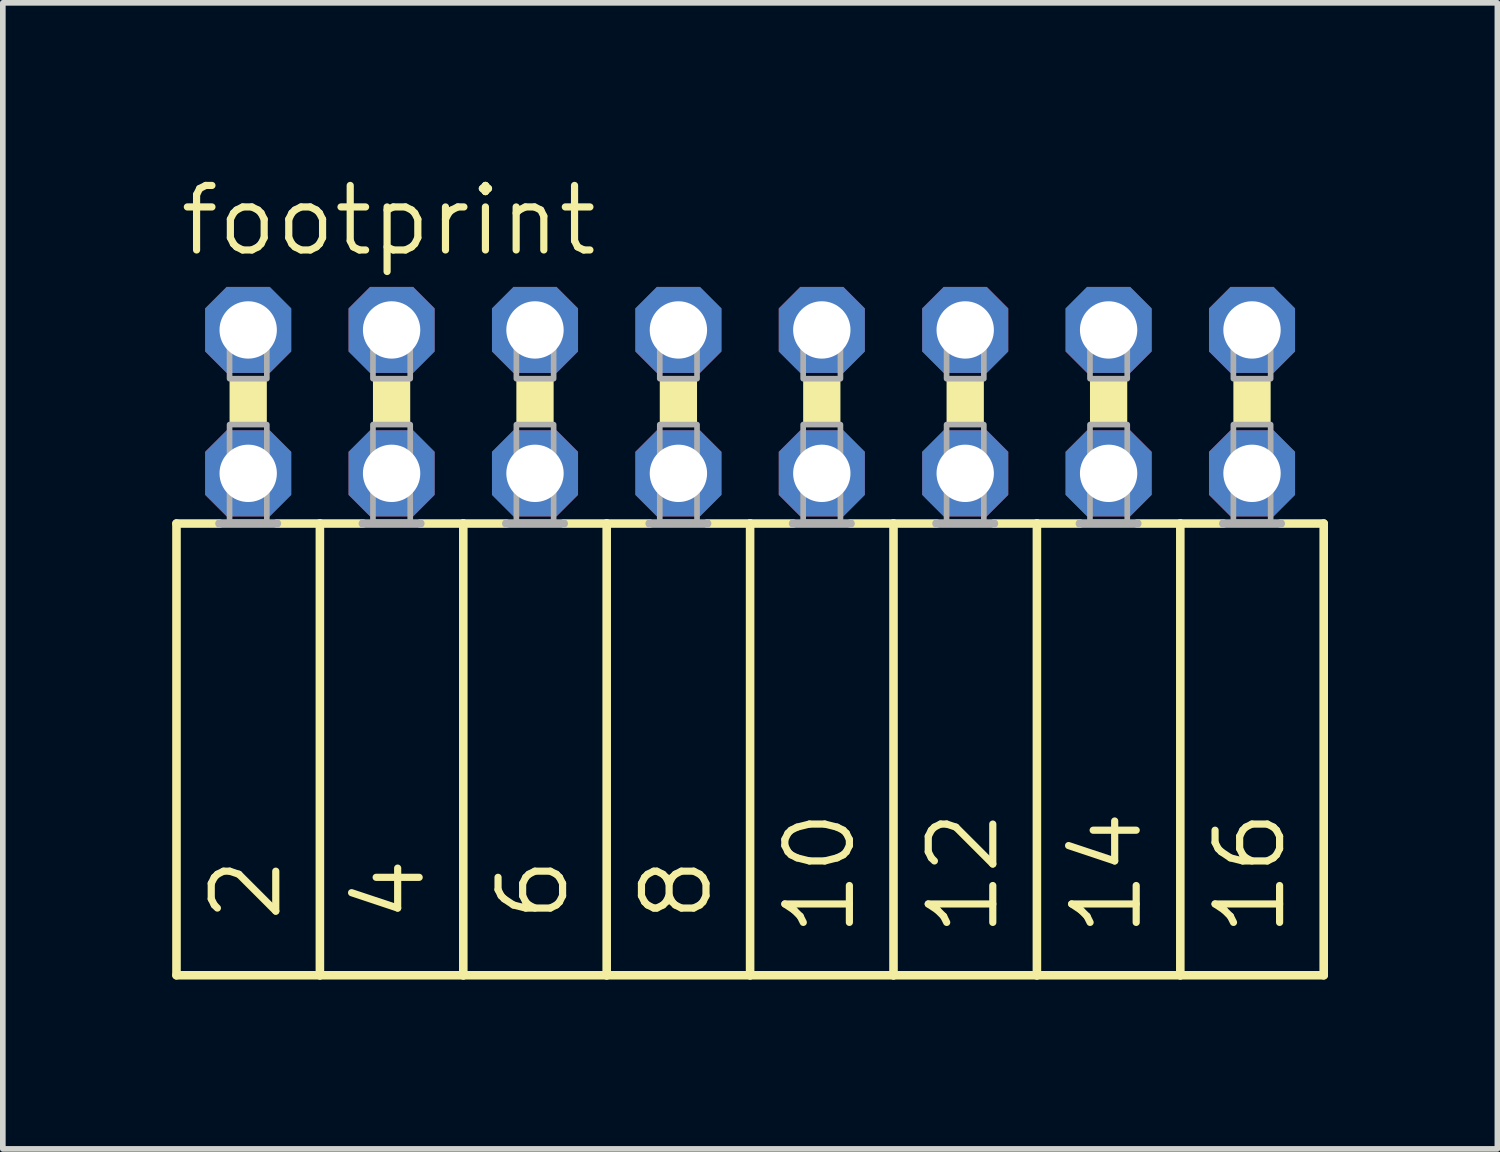
<source format=kicad_pcb>
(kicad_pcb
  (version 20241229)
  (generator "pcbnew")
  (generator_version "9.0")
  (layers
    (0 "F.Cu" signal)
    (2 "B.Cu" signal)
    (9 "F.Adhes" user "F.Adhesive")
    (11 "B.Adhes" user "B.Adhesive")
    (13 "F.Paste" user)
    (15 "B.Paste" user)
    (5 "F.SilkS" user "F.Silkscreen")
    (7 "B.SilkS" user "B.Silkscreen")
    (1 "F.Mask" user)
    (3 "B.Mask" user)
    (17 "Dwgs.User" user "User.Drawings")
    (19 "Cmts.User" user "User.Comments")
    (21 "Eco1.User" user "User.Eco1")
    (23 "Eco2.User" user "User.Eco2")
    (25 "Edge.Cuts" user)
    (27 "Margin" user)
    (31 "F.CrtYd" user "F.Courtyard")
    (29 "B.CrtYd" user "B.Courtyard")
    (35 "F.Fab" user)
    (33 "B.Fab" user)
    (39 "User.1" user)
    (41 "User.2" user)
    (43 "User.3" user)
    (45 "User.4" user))
  (footprint "footprint"
    (layer "F.Cu")
    (at 10.236 4.064)
    (property "Reference" "footprint" (at -10.16 -2.54 0) (layer "F.SilkS") (effects (font (size 1.143 1.143) (thickness 0.127)) (justify left bottom)))
    (fp_line (start -10.16 2.159) (end -10.16 10.16) (stroke (width 0.152) (type solid)) (layer "F.SilkS"))
    (fp_line (start -10.16 2.159) (end -9.398 2.159) (stroke (width 0.152) (type solid)) (layer "F.SilkS"))
    (fp_line (start -8.382 2.159) (end -7.62 2.159) (stroke (width 0.152) (type solid)) (layer "F.SilkS"))
    (fp_line (start -7.62 2.159) (end -7.62 10.16) (stroke (width 0.152) (type solid)) (layer "F.SilkS"))
    (fp_line (start -7.62 2.159) (end -6.858 2.159) (stroke (width 0.152) (type solid)) (layer "F.SilkS"))
    (fp_line (start -7.62 10.16) (end -10.16 10.16) (stroke (width 0.152) (type solid)) (layer "F.SilkS"))
    (fp_line (start -5.842 2.159) (end -5.08 2.159) (stroke (width 0.152) (type solid)) (layer "F.SilkS"))
    (fp_line (start -5.08 2.159) (end -5.08 10.16) (stroke (width 0.152) (type solid)) (layer "F.SilkS"))
    (fp_line (start -5.08 2.159) (end -4.318 2.159) (stroke (width 0.152) (type solid)) (layer "F.SilkS"))
    (fp_line (start -5.08 10.16) (end -7.62 10.16) (stroke (width 0.152) (type solid)) (layer "F.SilkS"))
    (fp_line (start -3.302 2.159) (end -2.54 2.159) (stroke (width 0.152) (type solid)) (layer "F.SilkS"))
    (fp_line (start -2.54 2.159) (end -2.54 10.16) (stroke (width 0.152) (type solid)) (layer "F.SilkS"))
    (fp_line (start -2.54 10.16) (end -5.08 10.16) (stroke (width 0.152) (type solid)) (layer "F.SilkS"))
    (fp_line (start -1.778 2.159) (end -2.54 2.159) (stroke (width 0.152) (type solid)) (layer "F.SilkS"))
    (fp_line (start 0 2.159) (end -0.762 2.159) (stroke (width 0.152) (type solid)) (layer "F.SilkS"))
    (fp_line (start 0 2.159) (end 0 10.16) (stroke (width 0.152) (type solid)) (layer "F.SilkS"))
    (fp_line (start 0 2.159) (end 0.762 2.159) (stroke (width 0.152) (type solid)) (layer "F.SilkS"))
    (fp_line (start 0 10.16) (end -2.54 10.16) (stroke (width 0.152) (type solid)) (layer "F.SilkS"))
    (fp_line (start 1.778 2.159) (end 2.54 2.159) (stroke (width 0.152) (type solid)) (layer "F.SilkS"))
    (fp_line (start 2.54 2.159) (end 2.54 10.16) (stroke (width 0.152) (type solid)) (layer "F.SilkS"))
    (fp_line (start 2.54 2.159) (end 3.302 2.159) (stroke (width 0.152) (type solid)) (layer "F.SilkS"))
    (fp_line (start 2.54 10.16) (end 0 10.16) (stroke (width 0.152) (type solid)) (layer "F.SilkS"))
    (fp_line (start 4.318 2.159) (end 5.08 2.159) (stroke (width 0.152) (type solid)) (layer "F.SilkS"))
    (fp_line (start 5.08 2.159) (end 5.08 10.16) (stroke (width 0.152) (type solid)) (layer "F.SilkS"))
    (fp_line (start 5.08 2.159) (end 5.842 2.159) (stroke (width 0.152) (type solid)) (layer "F.SilkS"))
    (fp_line (start 5.08 10.16) (end 2.54 10.16) (stroke (width 0.152) (type solid)) (layer "F.SilkS"))
    (fp_line (start 6.858 2.159) (end 7.62 2.159) (stroke (width 0.152) (type solid)) (layer "F.SilkS"))
    (fp_line (start 7.62 2.159) (end 7.62 10.16) (stroke (width 0.152) (type solid)) (layer "F.SilkS"))
    (fp_line (start 7.62 2.159) (end 8.382 2.159) (stroke (width 0.152) (type solid)) (layer "F.SilkS"))
    (fp_line (start 7.62 10.16) (end 5.08 10.16) (stroke (width 0.152) (type solid)) (layer "F.SilkS"))
    (fp_line (start 9.398 2.159) (end 10.16 2.159) (stroke (width 0.152) (type solid)) (layer "F.SilkS"))
    (fp_line (start 10.16 2.159) (end 10.16 10.16) (stroke (width 0.152) (type solid)) (layer "F.SilkS"))
    (fp_line (start 10.16 10.16) (end 7.62 10.16) (stroke (width 0.152) (type solid)) (layer "F.SilkS"))
    (fp_poly (pts (xy -9.22 0.406) (xy -8.56 0.406) (xy -8.56 -0.406) (xy -9.22 -0.406)) (stroke (width 0) (type solid)) (fill yes) (layer "F.SilkS"))
    (fp_poly (pts (xy -6.68 0.406) (xy -6.02 0.406) (xy -6.02 -0.406) (xy -6.68 -0.406)) (stroke (width 0) (type solid)) (fill yes) (layer "F.SilkS"))
    (fp_poly (pts (xy -4.14 0.406) (xy -3.48 0.406) (xy -3.48 -0.406) (xy -4.14 -0.406)) (stroke (width 0) (type solid)) (fill yes) (layer "F.SilkS"))
    (fp_poly (pts (xy -1.6 0.406) (xy -0.94 0.406) (xy -0.94 -0.406) (xy -1.6 -0.406)) (stroke (width 0) (type solid)) (fill yes) (layer "F.SilkS"))
    (fp_poly (pts (xy 0.94 0.406) (xy 1.6 0.406) (xy 1.6 -0.406) (xy 0.94 -0.406)) (stroke (width 0) (type solid)) (fill yes) (layer "F.SilkS"))
    (fp_poly (pts (xy 3.48 0.406) (xy 4.14 0.406) (xy 4.14 -0.406) (xy 3.48 -0.406)) (stroke (width 0) (type solid)) (fill yes) (layer "F.SilkS"))
    (fp_poly (pts (xy 6.02 0.406) (xy 6.68 0.406) (xy 6.68 -0.406) (xy 6.02 -0.406)) (stroke (width 0) (type solid)) (fill yes) (layer "F.SilkS"))
    (fp_poly (pts (xy 8.56 0.406) (xy 9.22 0.406) (xy 9.22 -0.406) (xy 8.56 -0.406)) (stroke (width 0) (type solid)) (fill yes) (layer "F.SilkS"))
    (fp_line (start -9.398 2.159) (end -8.382 2.159) (stroke (width 0.152) (type solid)) (layer "F.Fab"))
    (fp_line (start -6.858 2.159) (end -5.842 2.159) (stroke (width 0.152) (type solid)) (layer "F.Fab"))
    (fp_line (start -4.318 2.159) (end -3.302 2.159) (stroke (width 0.152) (type solid)) (layer "F.Fab"))
    (fp_line (start -0.762 2.159) (end -1.778 2.159) (stroke (width 0.152) (type solid)) (layer "F.Fab"))
    (fp_line (start 0.762 2.159) (end 1.778 2.159) (stroke (width 0.152) (type solid)) (layer "F.Fab"))
    (fp_line (start 3.302 2.159) (end 4.318 2.159) (stroke (width 0.152) (type solid)) (layer "F.Fab"))
    (fp_line (start 5.842 2.159) (end 6.858 2.159) (stroke (width 0.152) (type solid)) (layer "F.Fab"))
    (fp_line (start 8.382 2.159) (end 9.398 2.159) (stroke (width 0.152) (type solid)) (layer "F.Fab"))
    (fp_poly (pts (xy -9.22 -0.406) (xy -8.56 -0.406) (xy -8.56 -1.575) (xy -9.22 -1.575)) (stroke (width 0.1) (type solid)) (fill no) (layer "F.Fab"))
    (fp_poly (pts (xy -9.22 2.134) (xy -8.56 2.134) (xy -8.56 0.406) (xy -9.22 0.406)) (stroke (width 0.1) (type solid)) (fill no) (layer "F.Fab"))
    (fp_poly (pts (xy -6.68 -0.406) (xy -6.02 -0.406) (xy -6.02 -1.575) (xy -6.68 -1.575)) (stroke (width 0.1) (type solid)) (fill no) (layer "F.Fab"))
    (fp_poly (pts (xy -6.68 2.134) (xy -6.02 2.134) (xy -6.02 0.406) (xy -6.68 0.406)) (stroke (width 0.1) (type solid)) (fill no) (layer "F.Fab"))
    (fp_poly (pts (xy -4.14 -0.406) (xy -3.48 -0.406) (xy -3.48 -1.575) (xy -4.14 -1.575)) (stroke (width 0.1) (type solid)) (fill no) (layer "F.Fab"))
    (fp_poly (pts (xy -4.14 2.134) (xy -3.48 2.134) (xy -3.48 0.406) (xy -4.14 0.406)) (stroke (width 0.1) (type solid)) (fill no) (layer "F.Fab"))
    (fp_poly (pts (xy -1.6 -0.406) (xy -0.94 -0.406) (xy -0.94 -1.575) (xy -1.6 -1.575)) (stroke (width 0.1) (type solid)) (fill no) (layer "F.Fab"))
    (fp_poly (pts (xy -1.6 2.134) (xy -0.94 2.134) (xy -0.94 0.406) (xy -1.6 0.406)) (stroke (width 0.1) (type solid)) (fill no) (layer "F.Fab"))
    (fp_poly (pts (xy 0.94 -0.406) (xy 1.6 -0.406) (xy 1.6 -1.575) (xy 0.94 -1.575)) (stroke (width 0.1) (type solid)) (fill no) (layer "F.Fab"))
    (fp_poly (pts (xy 0.94 2.134) (xy 1.6 2.134) (xy 1.6 0.406) (xy 0.94 0.406)) (stroke (width 0.1) (type solid)) (fill no) (layer "F.Fab"))
    (fp_poly (pts (xy 3.48 -0.406) (xy 4.14 -0.406) (xy 4.14 -1.575) (xy 3.48 -1.575)) (stroke (width 0.1) (type solid)) (fill no) (layer "F.Fab"))
    (fp_poly (pts (xy 3.48 2.134) (xy 4.14 2.134) (xy 4.14 0.406) (xy 3.48 0.406)) (stroke (width 0.1) (type solid)) (fill no) (layer "F.Fab"))
    (fp_poly (pts (xy 6.02 -0.406) (xy 6.68 -0.406) (xy 6.68 -1.575) (xy 6.02 -1.575)) (stroke (width 0.1) (type solid)) (fill no) (layer "F.Fab"))
    (fp_poly (pts (xy 6.02 2.134) (xy 6.68 2.134) (xy 6.68 0.406) (xy 6.02 0.406)) (stroke (width 0.1) (type solid)) (fill no) (layer "F.Fab"))
    (fp_poly (pts (xy 8.56 -0.406) (xy 9.22 -0.406) (xy 9.22 -1.575) (xy 8.56 -1.575)) (stroke (width 0.1) (type solid)) (fill no) (layer "F.Fab"))
    (fp_poly (pts (xy 8.56 2.134) (xy 9.22 2.134) (xy 9.22 0.406) (xy 8.56 0.406)) (stroke (width 0.1) (type solid)) (fill no) (layer "F.Fab"))
    (fp_text user "12" (at 4.445 9.525 90) (layer "F.SilkS") (effects (font (size 1.143 1.143) (thickness 0.127)) (justify left bottom)))
    (fp_text user "16" (at 9.525 9.525 90) (layer "F.SilkS") (effects (font (size 1.143 1.143) (thickness 0.127)) (justify left bottom)))
    (fp_text user "6" (at -3.175 9.271 90) (layer "F.SilkS") (effects (font (size 1.143 1.143) (thickness 0.127)) (justify left bottom)))
    (fp_text user "10" (at 1.905 9.525 90) (layer "F.SilkS") (effects (font (size 1.143 1.143) (thickness 0.127)) (justify left bottom)))
    (fp_text user "4" (at -5.715 9.271 90) (layer "F.SilkS") (effects (font (size 1.143 1.143) (thickness 0.127)) (justify left bottom)))
    (fp_text user "8" (at -0.635 9.271 90) (layer "F.SilkS") (effects (font (size 1.143 1.143) (thickness 0.127)) (justify left bottom)))
    (fp_text user "2" (at -8.255 9.271 90) (layer "F.SilkS") (effects (font (size 1.143 1.143) (thickness 0.127)) (justify left bottom)))
    (fp_text user "14" (at 6.985 9.525 90) (layer "F.SilkS") (effects (font (size 1.143 1.143) (thickness 0.127)) (justify left bottom)))
    (pad "1" thru_hole roundrect (at -8.89 -1.27) (size 1.524 1.524) (drill 1.016) (layers "*.Cu" "*.Mask") (roundrect_rratio 0.25) (chamfer_ratio 0.25) (chamfer top_left top_right bottom_left bottom_right))
    (pad "2" thru_hole roundrect (at -8.89 1.27) (size 1.524 1.524) (drill 1.016) (layers "*.Cu" "*.Mask") (roundrect_rratio 0.25) (chamfer_ratio 0.25) (chamfer top_left top_right bottom_left bottom_right))
    (pad "3" thru_hole roundrect (at -6.35 -1.27) (size 1.524 1.524) (drill 1.016) (layers "*.Cu" "*.Mask") (roundrect_rratio 0.25) (chamfer_ratio 0.25) (chamfer top_left top_right bottom_left bottom_right))
    (pad "4" thru_hole roundrect (at -6.35 1.27) (size 1.524 1.524) (drill 1.016) (layers "*.Cu" "*.Mask") (roundrect_rratio 0.25) (chamfer_ratio 0.25) (chamfer top_left top_right bottom_left bottom_right))
    (pad "5" thru_hole roundrect (at -3.81 -1.27) (size 1.524 1.524) (drill 1.016) (layers "*.Cu" "*.Mask") (roundrect_rratio 0.25) (chamfer_ratio 0.25) (chamfer top_left top_right bottom_left bottom_right))
    (pad "6" thru_hole roundrect (at -3.81 1.27) (size 1.524 1.524) (drill 1.016) (layers "*.Cu" "*.Mask") (roundrect_rratio 0.25) (chamfer_ratio 0.25) (chamfer top_left top_right bottom_left bottom_right))
    (pad "7" thru_hole roundrect (at -1.27 -1.27) (size 1.524 1.524) (drill 1.016) (layers "*.Cu" "*.Mask") (roundrect_rratio 0.25) (chamfer_ratio 0.25) (chamfer top_left top_right bottom_left bottom_right))
    (pad "8" thru_hole roundrect (at -1.27 1.27) (size 1.524 1.524) (drill 1.016) (layers "*.Cu" "*.Mask") (roundrect_rratio 0.25) (chamfer_ratio 0.25) (chamfer top_left top_right bottom_left bottom_right))
    (pad "9" thru_hole roundrect (at 1.27 -1.27) (size 1.524 1.524) (drill 1.016) (layers "*.Cu" "*.Mask") (roundrect_rratio 0.25) (chamfer_ratio 0.25) (chamfer top_left top_right bottom_left bottom_right))
    (pad "10" thru_hole roundrect (at 1.27 1.27) (size 1.524 1.524) (drill 1.016) (layers "*.Cu" "*.Mask") (roundrect_rratio 0.25) (chamfer_ratio 0.25) (chamfer top_left top_right bottom_left bottom_right))
    (pad "11" thru_hole roundrect (at 3.81 -1.27) (size 1.524 1.524) (drill 1.016) (layers "*.Cu" "*.Mask") (roundrect_rratio 0.25) (chamfer_ratio 0.25) (chamfer top_left top_right bottom_left bottom_right))
    (pad "12" thru_hole roundrect (at 3.81 1.27) (size 1.524 1.524) (drill 1.016) (layers "*.Cu" "*.Mask") (roundrect_rratio 0.25) (chamfer_ratio 0.25) (chamfer top_left top_right bottom_left bottom_right))
    (pad "13" thru_hole roundrect (at 6.35 -1.27) (size 1.524 1.524) (drill 1.016) (layers "*.Cu" "*.Mask") (roundrect_rratio 0.25) (chamfer_ratio 0.25) (chamfer top_left top_right bottom_left bottom_right))
    (pad "14" thru_hole roundrect (at 6.35 1.27) (size 1.524 1.524) (drill 1.016) (layers "*.Cu" "*.Mask") (roundrect_rratio 0.25) (chamfer_ratio 0.25) (chamfer top_left top_right bottom_left bottom_right))
    (pad "15" thru_hole roundrect (at 8.89 -1.27) (size 1.524 1.524) (drill 1.016) (layers "*.Cu" "*.Mask") (roundrect_rratio 0.25) (chamfer_ratio 0.25) (chamfer top_left top_right bottom_left bottom_right))
    (pad "16" thru_hole roundrect (at 8.89 1.27) (size 1.524 1.524) (drill 1.016) (layers "*.Cu" "*.Mask") (roundrect_rratio 0.25) (chamfer_ratio 0.25) (chamfer top_left top_right bottom_left bottom_right)))
  (gr_rect
    (start -3 -3)
    (end 23.472 17.3)
    (stroke (width 0.1) (type default))
    (fill no)
    (layer "Edge.Cuts")))
</source>
